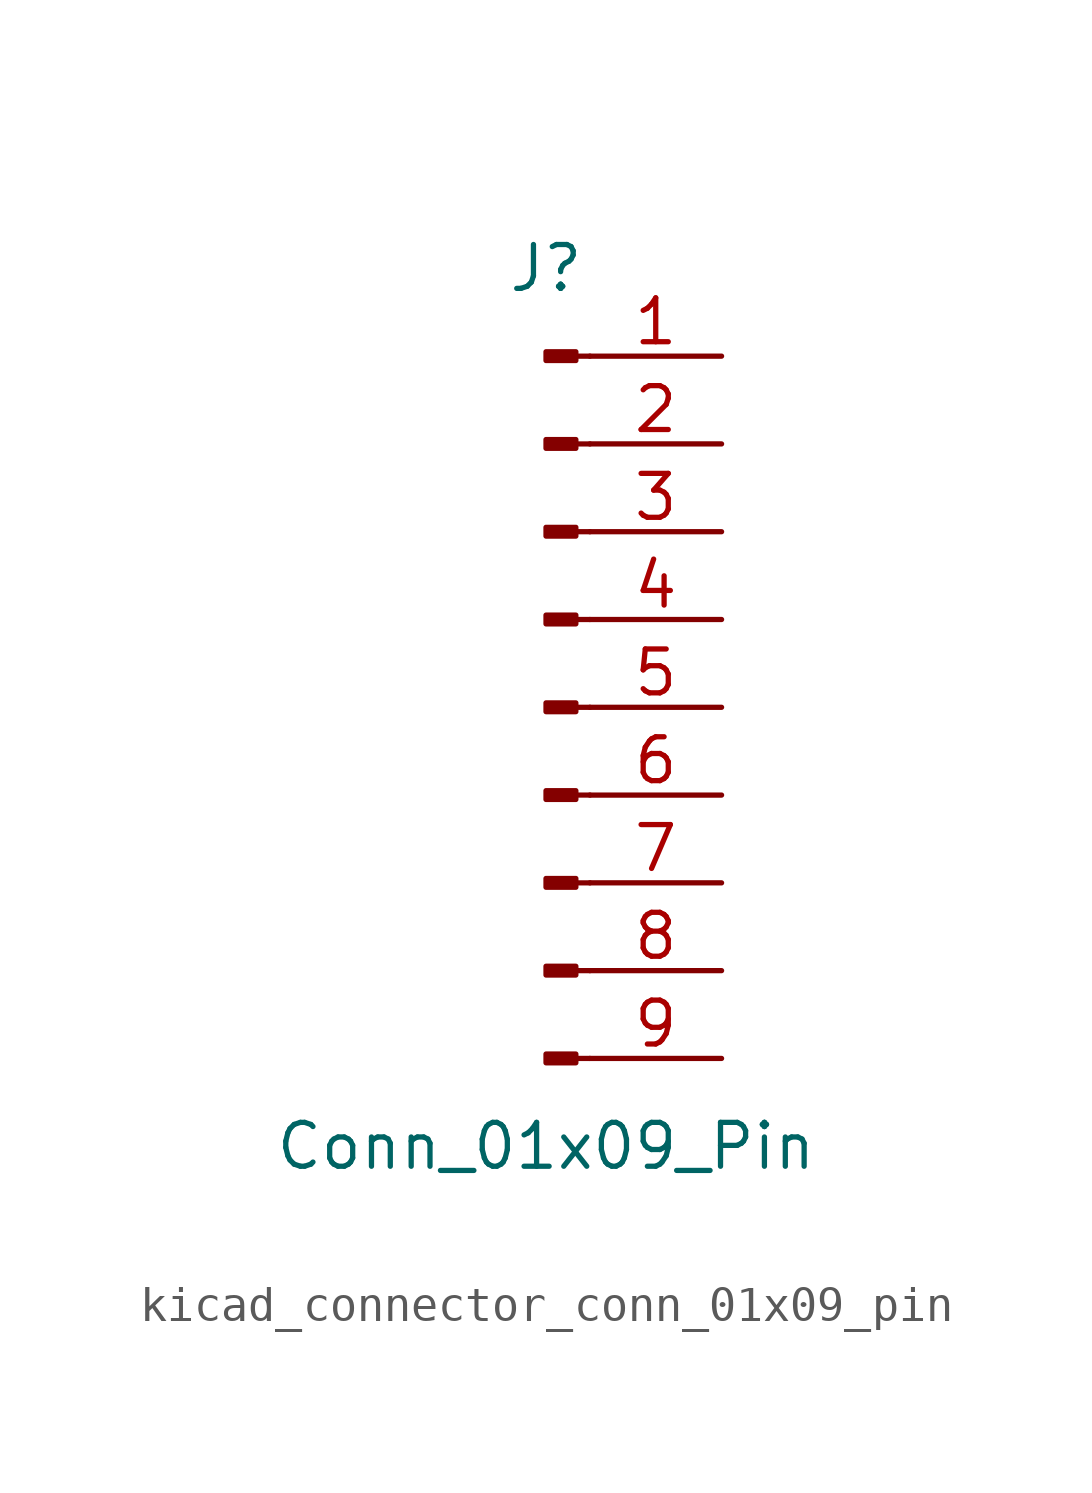
<source format=kicad_sym>
(kicad_symbol_lib
  (version 20220914)
  (generator kicad_symbol_editor)
  (symbol "kicad_connector_conn_01x09_pin"
    (pin_names
      (offset 1.016) hide)
    (property "Reference" "J"
      (at 0 12.7 0)
      (effects (font (size 1.27 1.27))))
    (property "Value" "Conn_01x09_Pin"
      (at 0 -12.7 0)
      (effects (font (size 1.27 1.27))))
    (property "ki_locked" ""
      (at 0 0 0)
      (effects (font (size 1.27 1.27))))
    (symbol "kicad_connector_conn_01x09_pin_1_1"
      (polyline (pts (xy 1.27 -10.16) (xy 0.864 -10.16)) (stroke (width 0.152) (type default)) (fill (type none)))
      (polyline (pts (xy 1.27 -7.62) (xy 0.864 -7.62)) (stroke (width 0.152) (type default)) (fill (type none)))
      (polyline (pts (xy 1.27 -5.08) (xy 0.864 -5.08)) (stroke (width 0.152) (type default)) (fill (type none)))
      (polyline (pts (xy 1.27 -2.54) (xy 0.864 -2.54)) (stroke (width 0.152) (type default)) (fill (type none)))
      (polyline (pts (xy 1.27 0) (xy 0.864 0)) (stroke (width 0.152) (type default)) (fill (type none)))
      (polyline (pts (xy 1.27 2.54) (xy 0.864 2.54)) (stroke (width 0.152) (type default)) (fill (type none)))
      (polyline (pts (xy 1.27 5.08) (xy 0.864 5.08)) (stroke (width 0.152) (type default)) (fill (type none)))
      (polyline (pts (xy 1.27 7.62) (xy 0.864 7.62)) (stroke (width 0.152) (type default)) (fill (type none)))
      (polyline (pts (xy 1.27 10.16) (xy 0.864 10.16)) (stroke (width 0.152) (type default)) (fill (type none)))
      (rectangle (start 0.864 -10.033) (end 0 -10.287) (stroke (width 0.152) (type default)) (fill (type outline)))
      (rectangle (start 0.864 -7.493) (end 0 -7.747) (stroke (width 0.152) (type default)) (fill (type outline)))
      (rectangle (start 0.864 -4.953) (end 0 -5.207) (stroke (width 0.152) (type default)) (fill (type outline)))
      (rectangle (start 0.864 -2.413) (end 0 -2.667) (stroke (width 0.152) (type default)) (fill (type outline)))
      (rectangle (start 0.864 0.127) (end 0 -0.127) (stroke (width 0.152) (type default)) (fill (type outline)))
      (rectangle (start 0.864 2.667) (end 0 2.413) (stroke (width 0.152) (type default)) (fill (type outline)))
      (rectangle (start 0.864 5.207) (end 0 4.953) (stroke (width 0.152) (type default)) (fill (type outline)))
      (rectangle (start 0.864 7.747) (end 0 7.493) (stroke (width 0.152) (type default)) (fill (type outline)))
      (rectangle (start 0.864 10.287) (end 0 10.033) (stroke (width 0.152) (type default)) (fill (type outline)))
      (pin passive line (at 5.08 10.16 180) (length 3.81) (name "Pin_1" (effects (font (size 1.27 1.27)))) (number "1" (effects (font (size 1.27 1.27)))))
      (pin passive line (at 5.08 7.62 180) (length 3.81) (name "Pin_2" (effects (font (size 1.27 1.27)))) (number "2" (effects (font (size 1.27 1.27)))))
      (pin passive line (at 5.08 5.08 180) (length 3.81) (name "Pin_3" (effects (font (size 1.27 1.27)))) (number "3" (effects (font (size 1.27 1.27)))))
      (pin passive line (at 5.08 2.54 180) (length 3.81) (name "Pin_4" (effects (font (size 1.27 1.27)))) (number "4" (effects (font (size 1.27 1.27)))))
      (pin passive line (at 5.08 0 180) (length 3.81) (name "Pin_5" (effects (font (size 1.27 1.27)))) (number "5" (effects (font (size 1.27 1.27)))))
      (pin passive line (at 5.08 -2.54 180) (length 3.81) (name "Pin_6" (effects (font (size 1.27 1.27)))) (number "6" (effects (font (size 1.27 1.27)))))
      (pin passive line (at 5.08 -5.08 180) (length 3.81) (name "Pin_7" (effects (font (size 1.27 1.27)))) (number "7" (effects (font (size 1.27 1.27)))))
      (pin passive line (at 5.08 -7.62 180) (length 3.81) (name "Pin_8" (effects (font (size 1.27 1.27)))) (number "8" (effects (font (size 1.27 1.27)))))
      (pin passive line (at 5.08 -10.16 180) (length 3.81) (name "Pin_9" (effects (font (size 1.27 1.27)))) (number "9" (effects (font (size 1.27 1.27))))))))
</source>
